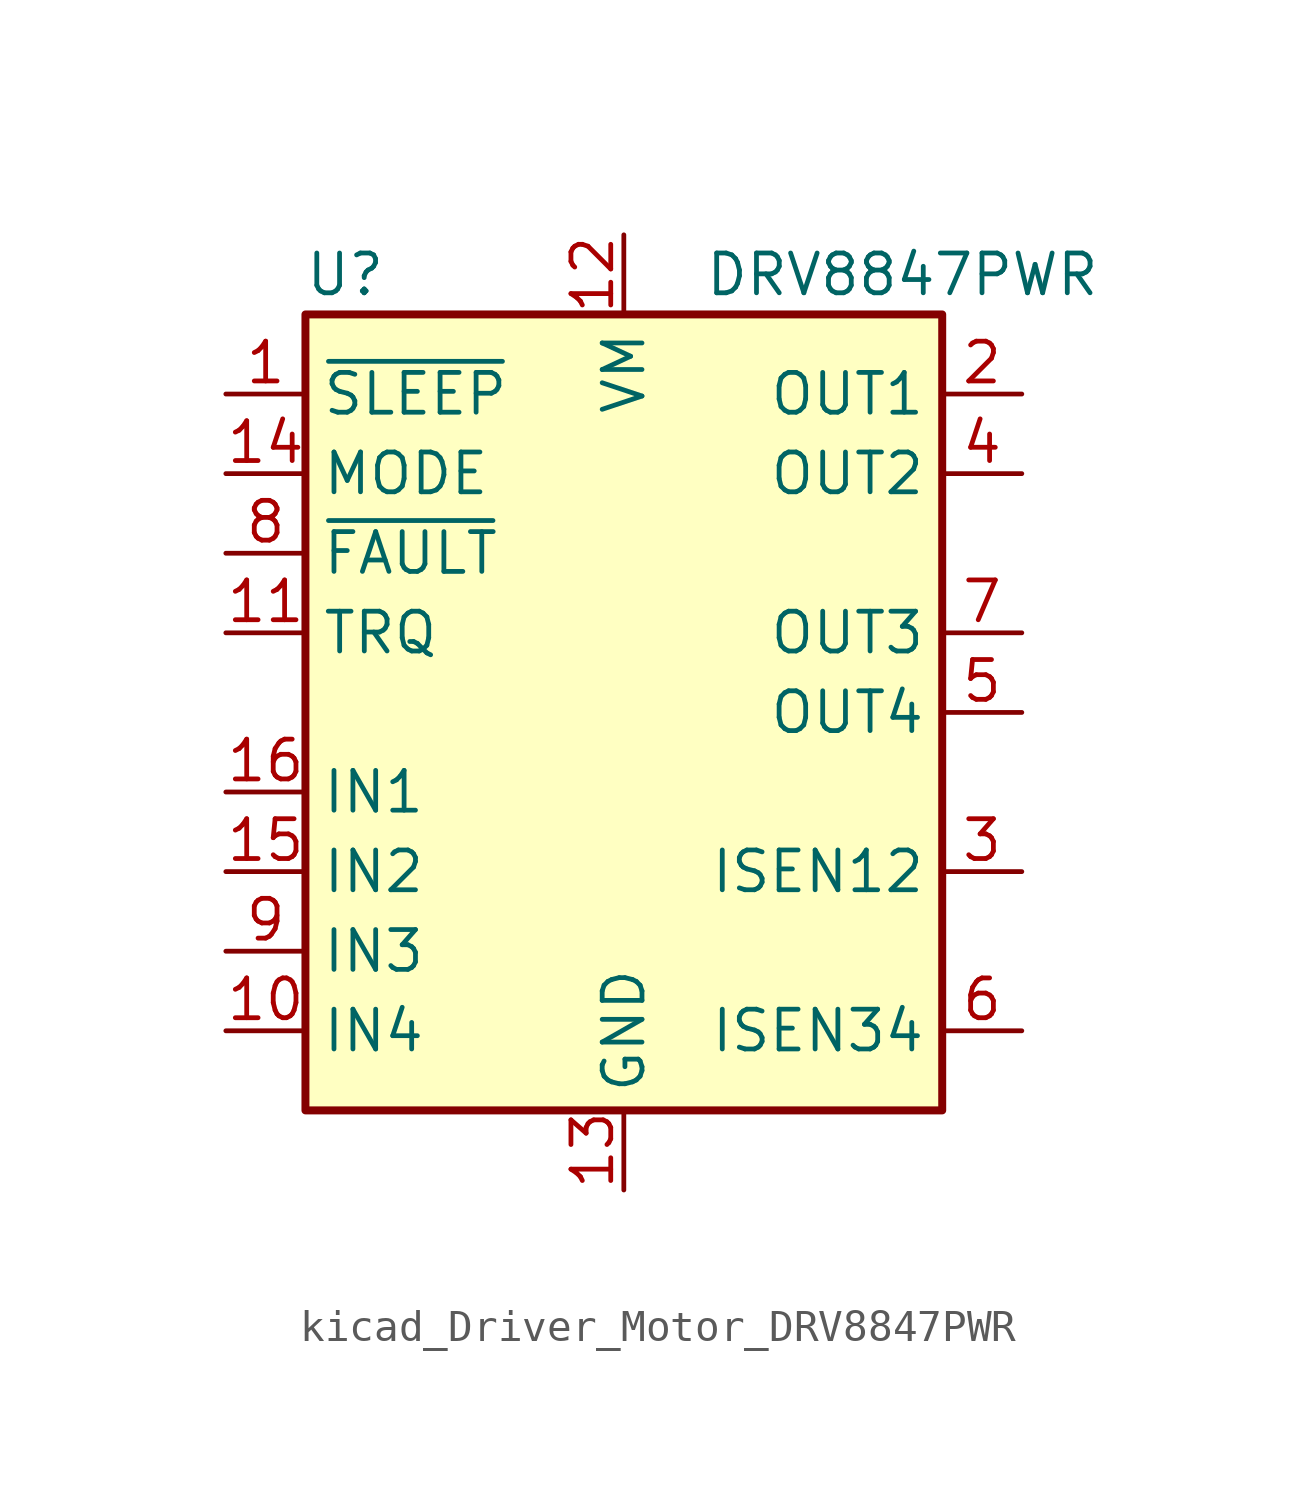
<source format=kicad_sym>
(kicad_symbol_lib
  (version 20220914)
  (generator kicad_symbol_editor)
  (symbol "kicad_Driver_Motor_DRV8847PWR"
    (property "Reference" "U"
      (at -8.89 13.97 0)
      (effects (font (size 1.27 1.27))))
    (property "Value" "DRV8847PWR"
      (at 8.89 13.97 0)
      (effects (font (size 1.27 1.27))))
    (symbol "kicad_Driver_Motor_DRV8847PWR_0_1"
      (rectangle (start -10.16 -12.7) (end 10.16 12.7) (stroke (width 0.254) (type default)) (fill (type background))))
    (symbol "kicad_Driver_Motor_DRV8847PWR_1_1"
      (pin input line (at -12.7 10.16 0) (length 2.54) (name "~{SLEEP}" (effects (font (size 1.27 1.27)))) (number "1" (effects (font (size 1.27 1.27)))))
      (pin input line (at -12.7 -10.16 0) (length 2.54) (name "IN4" (effects (font (size 1.27 1.27)))) (number "10" (effects (font (size 1.27 1.27)))))
      (pin input line (at -12.7 2.54 0) (length 2.54) (name "TRQ" (effects (font (size 1.27 1.27)))) (number "11" (effects (font (size 1.27 1.27)))))
      (pin power_in line (at 0 15.24 270) (length 2.54) (name "VM" (effects (font (size 1.27 1.27)))) (number "12" (effects (font (size 1.27 1.27)))))
      (pin power_in line (at 0 -15.24 90) (length 2.54) (name "GND" (effects (font (size 1.27 1.27)))) (number "13" (effects (font (size 1.27 1.27)))))
      (pin input line (at -12.7 7.62 0) (length 2.54) (name "MODE" (effects (font (size 1.27 1.27)))) (number "14" (effects (font (size 1.27 1.27)))))
      (pin input line (at -12.7 -5.08 0) (length 2.54) (name "IN2" (effects (font (size 1.27 1.27)))) (number "15" (effects (font (size 1.27 1.27)))))
      (pin input line (at -12.7 -2.54 0) (length 2.54) (name "IN1" (effects (font (size 1.27 1.27)))) (number "16" (effects (font (size 1.27 1.27)))))
      (pin output line (at 12.7 10.16 180) (length 2.54) (name "OUT1" (effects (font (size 1.27 1.27)))) (number "2" (effects (font (size 1.27 1.27)))))
      (pin passive line (at 12.7 -5.08 180) (length 2.54) (name "ISEN12" (effects (font (size 1.27 1.27)))) (number "3" (effects (font (size 1.27 1.27)))))
      (pin output line (at 12.7 7.62 180) (length 2.54) (name "OUT2" (effects (font (size 1.27 1.27)))) (number "4" (effects (font (size 1.27 1.27)))))
      (pin output line (at 12.7 0 180) (length 2.54) (name "OUT4" (effects (font (size 1.27 1.27)))) (number "5" (effects (font (size 1.27 1.27)))))
      (pin passive line (at 12.7 -10.16 180) (length 2.54) (name "ISEN34" (effects (font (size 1.27 1.27)))) (number "6" (effects (font (size 1.27 1.27)))))
      (pin output line (at 12.7 2.54 180) (length 2.54) (name "OUT3" (effects (font (size 1.27 1.27)))) (number "7" (effects (font (size 1.27 1.27)))))
      (pin open_collector line (at -12.7 5.08 0) (length 2.54) (name "~{FAULT}" (effects (font (size 1.27 1.27)))) (number "8" (effects (font (size 1.27 1.27)))))
      (pin input line (at -12.7 -7.62 0) (length 2.54) (name "IN3" (effects (font (size 1.27 1.27)))) (number "9" (effects (font (size 1.27 1.27))))))))
</source>
